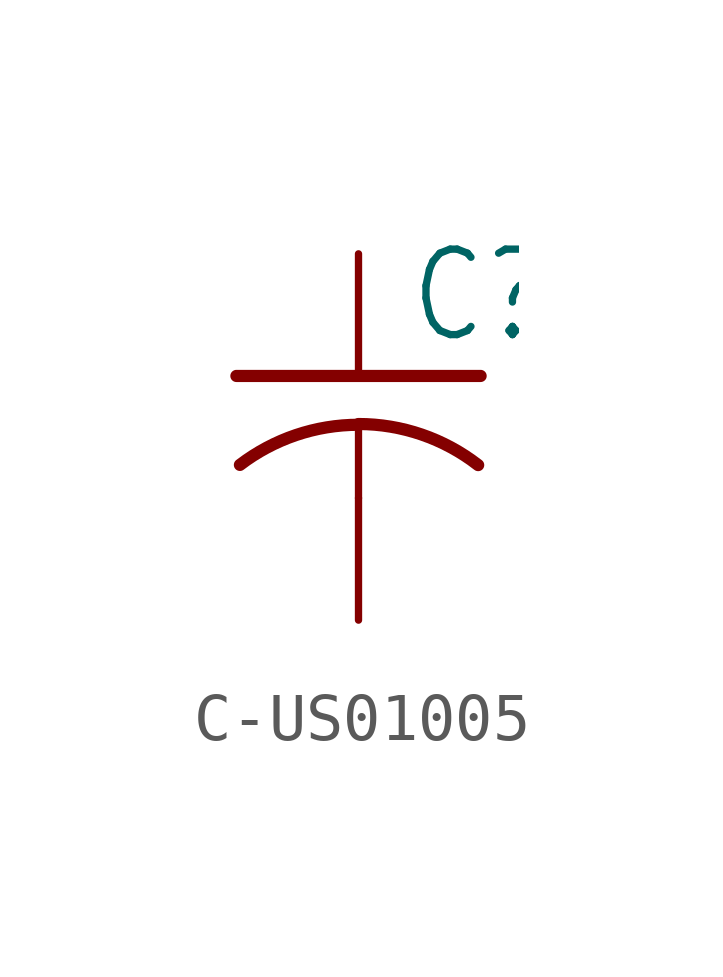
<source format=kicad_sym>
(kicad_symbol_lib
  (version 20241209)
  (generator "kicad_symbol_editor")
  (generator_version "9.0")
  (symbol "C-US01005"
    (property "Reference" "C"
      (at 1.016 0.635 0)
      (effects (font (size 1.778 1.511)) (justify left bottom)))
    (property "Value" ""
      (at 1.016 -4.191 0)
      (effects (font (size 1.778 1.511)) (justify left bottom)))
    (property "ki_locked" ""
      (at 0 0 0)
      (effects (font (size 1.27 1.27))))
    (symbol "C-US01005_1_0"
      (polyline (pts (xy -2.54 0) (xy 2.54 0)) (stroke (width 0.254) (type solid)) (fill (type none)))
      (polyline (pts (xy 0 -1.016) (xy 0 -2.54)) (stroke (width 0.152) (type solid)) (fill (type none)))
      (arc (start 0 -1) (mid 1.3158 -1.2195) (end 2.4892 -1.8541) (stroke (width 0.254) (type solid)) (fill (type none)))
      (arc (start -2.4668 -1.8504) (mid -1.302 -1.2303) (end 0 -1.0161) (stroke (width 0.254) (type solid)) (fill (type none)))
      (pin passive line (at 0 2.54 270) (length 2.54) (name "1" (effects (font (size 0 0)))) (number "1" (effects (font (size 0 0)))))
      (pin passive line (at 0 -5.08 90) (length 2.54) (name "2" (effects (font (size 0 0)))) (number "2" (effects (font (size 0 0))))))))
</source>
